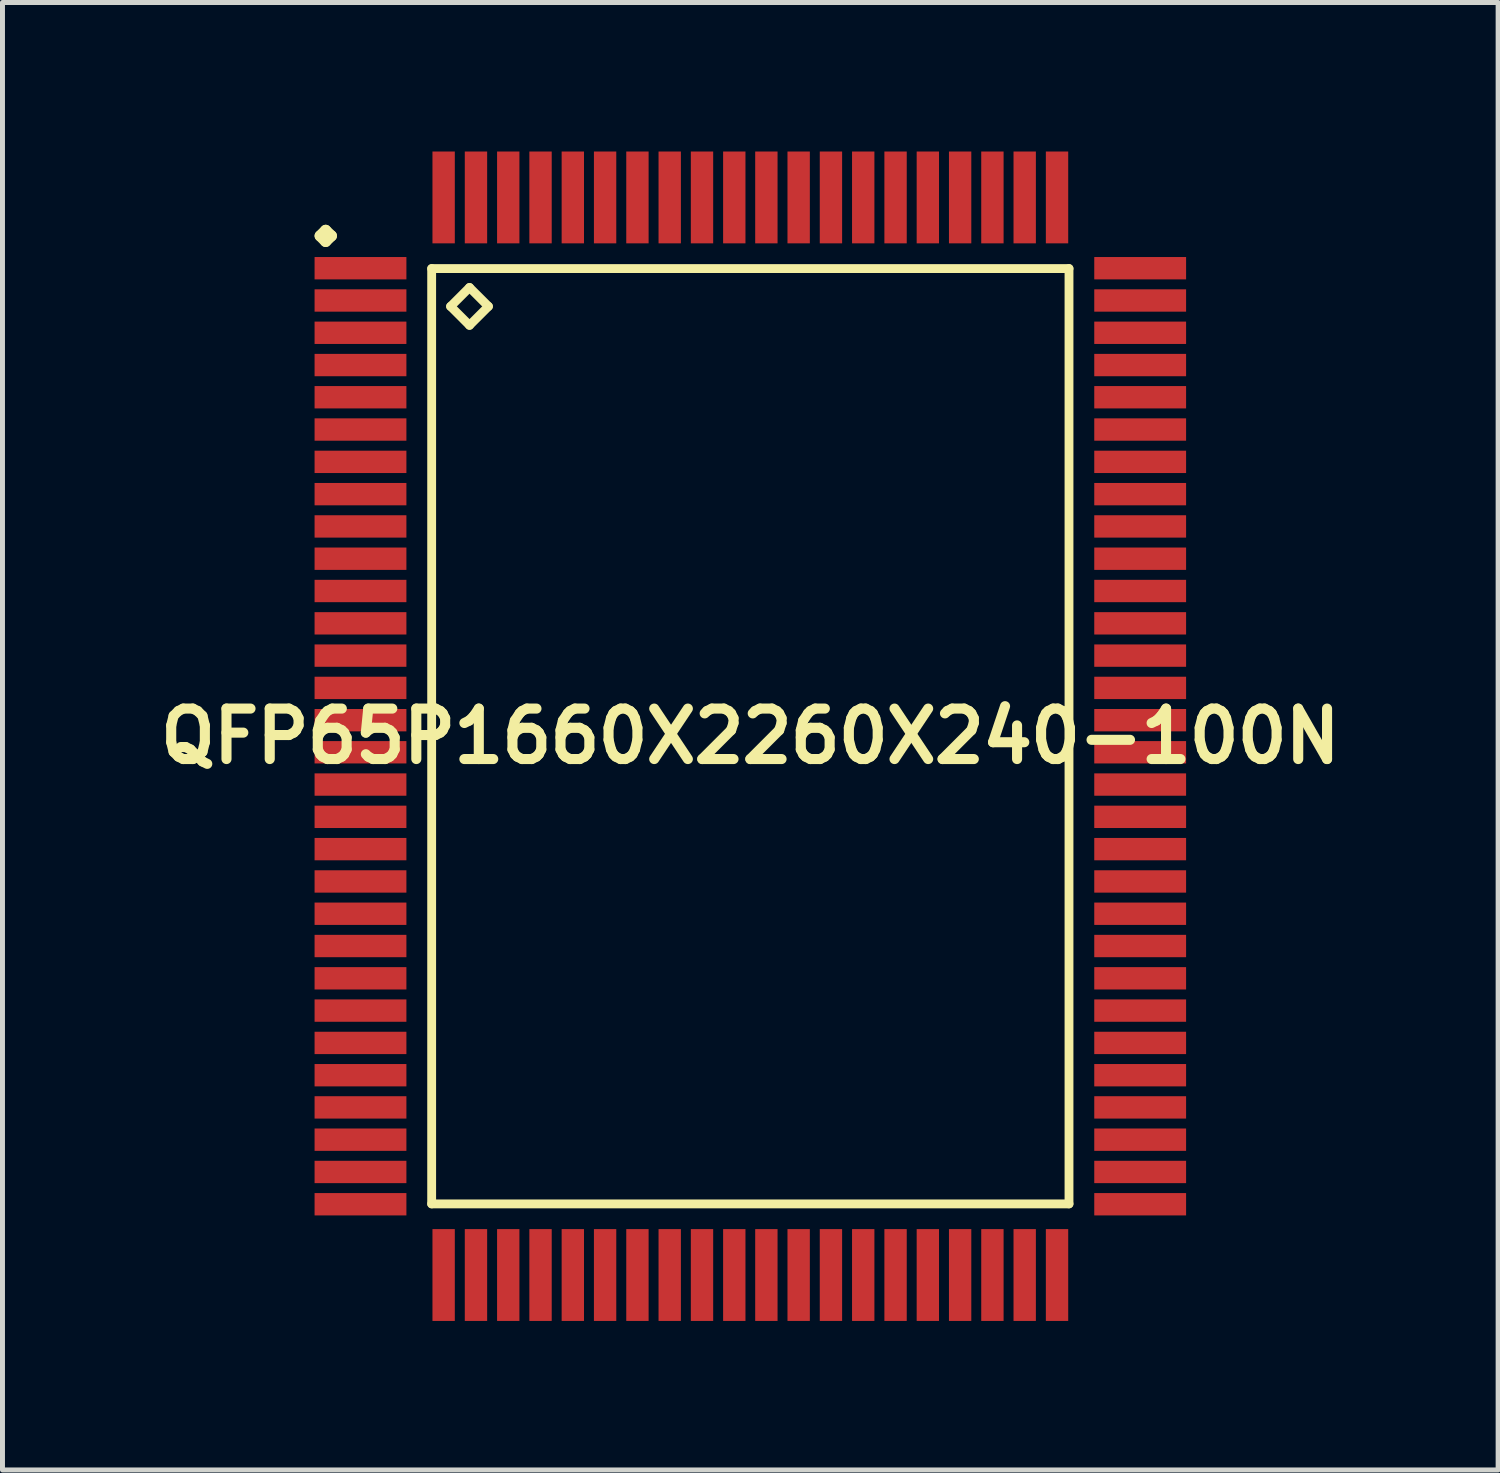
<source format=kicad_pcb>
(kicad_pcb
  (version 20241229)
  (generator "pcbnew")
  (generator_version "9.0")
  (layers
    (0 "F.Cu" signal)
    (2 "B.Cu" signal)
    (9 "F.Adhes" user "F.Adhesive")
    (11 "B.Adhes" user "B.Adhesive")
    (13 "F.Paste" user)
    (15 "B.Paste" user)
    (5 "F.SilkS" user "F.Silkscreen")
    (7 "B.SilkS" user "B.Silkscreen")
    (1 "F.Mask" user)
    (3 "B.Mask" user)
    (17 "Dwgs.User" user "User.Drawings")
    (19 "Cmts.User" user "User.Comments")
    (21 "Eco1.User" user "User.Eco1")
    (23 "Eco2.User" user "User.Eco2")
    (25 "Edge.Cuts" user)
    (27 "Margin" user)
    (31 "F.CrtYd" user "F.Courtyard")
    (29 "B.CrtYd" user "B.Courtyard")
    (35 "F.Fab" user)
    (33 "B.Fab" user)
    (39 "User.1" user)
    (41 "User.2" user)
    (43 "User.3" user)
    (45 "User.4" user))
  (footprint "QFP65P1660X2260X240-100N"
    (layer "F.Cu")
    (at 12.057 11.773)
    (property "Reference" "QFP65P1660X2260X240-100N" (at 0 0 0) (layer "F.SilkS") (effects (font (size 1.016 1.016) (thickness 0.203))))
    (attr smd)
    (fp_line (start -8.661 -10.074) (end -8.55 -10.185) (stroke (width 0.224) (type solid)) (layer "F.SilkS"))
    (fp_line (start -8.55 -10.185) (end -8.435 -10.074) (stroke (width 0.224) (type solid)) (layer "F.SilkS"))
    (fp_line (start -8.55 -9.962) (end -8.661 -10.074) (stroke (width 0.224) (type solid)) (layer "F.SilkS"))
    (fp_line (start -8.435 -10.074) (end -8.55 -9.962) (stroke (width 0.224) (type solid)) (layer "F.SilkS"))
    (fp_line (start -6.416 -9.416) (end -6.416 9.416) (stroke (width 0.178) (type solid)) (layer "F.SilkS"))
    (fp_line (start -6.416 9.416) (end 6.416 9.416) (stroke (width 0.178) (type solid)) (layer "F.SilkS"))
    (fp_line (start -6.035 -8.654) (end -5.654 -9.035) (stroke (width 0.178) (type solid)) (layer "F.SilkS"))
    (fp_line (start -5.654 -9.035) (end -5.273 -8.654) (stroke (width 0.178) (type solid)) (layer "F.SilkS"))
    (fp_line (start -5.654 -8.273) (end -6.035 -8.654) (stroke (width 0.178) (type solid)) (layer "F.SilkS"))
    (fp_line (start -5.273 -8.654) (end -5.654 -8.273) (stroke (width 0.178) (type solid)) (layer "F.SilkS"))
    (fp_line (start 6.416 -9.416) (end -6.416 -9.416) (stroke (width 0.178) (type solid)) (layer "F.SilkS"))
    (fp_line (start 6.416 9.416) (end 6.416 -9.416) (stroke (width 0.178) (type solid)) (layer "F.SilkS"))
    (pad "1" smd rect (at -7.849 -9.423) (size 1.849 0.45) (layers "F.Cu" "F.Mask" "F.Paste"))
    (pad "2" smd rect (at -7.849 -8.773) (size 1.849 0.45) (layers "F.Cu" "F.Mask" "F.Paste"))
    (pad "3" smd rect (at -7.849 -8.123) (size 1.849 0.45) (layers "F.Cu" "F.Mask" "F.Paste"))
    (pad "4" smd rect (at -7.849 -7.473) (size 1.849 0.45) (layers "F.Cu" "F.Mask" "F.Paste"))
    (pad "5" smd rect (at -7.849 -6.825) (size 1.849 0.45) (layers "F.Cu" "F.Mask" "F.Paste"))
    (pad "6" smd rect (at -7.849 -6.175) (size 1.849 0.45) (layers "F.Cu" "F.Mask" "F.Paste"))
    (pad "7" smd rect (at -7.849 -5.524) (size 1.849 0.45) (layers "F.Cu" "F.Mask" "F.Paste"))
    (pad "8" smd rect (at -7.849 -4.874) (size 1.849 0.45) (layers "F.Cu" "F.Mask" "F.Paste"))
    (pad "9" smd rect (at -7.849 -4.224) (size 1.849 0.45) (layers "F.Cu" "F.Mask" "F.Paste"))
    (pad "10" smd rect (at -7.849 -3.574) (size 1.849 0.45) (layers "F.Cu" "F.Mask" "F.Paste"))
    (pad "11" smd rect (at -7.849 -2.924) (size 1.849 0.45) (layers "F.Cu" "F.Mask" "F.Paste"))
    (pad "12" smd rect (at -7.849 -2.273) (size 1.849 0.45) (layers "F.Cu" "F.Mask" "F.Paste"))
    (pad "13" smd rect (at -7.849 -1.623) (size 1.849 0.45) (layers "F.Cu" "F.Mask" "F.Paste"))
    (pad "14" smd rect (at -7.849 -0.973) (size 1.849 0.45) (layers "F.Cu" "F.Mask" "F.Paste"))
    (pad "15" smd rect (at -7.849 -0.323) (size 1.849 0.45) (layers "F.Cu" "F.Mask" "F.Paste"))
    (pad "16" smd rect (at -7.849 0.323) (size 1.849 0.45) (layers "F.Cu" "F.Mask" "F.Paste"))
    (pad "17" smd rect (at -7.849 0.973) (size 1.849 0.45) (layers "F.Cu" "F.Mask" "F.Paste"))
    (pad "18" smd rect (at -7.849 1.623) (size 1.849 0.45) (layers "F.Cu" "F.Mask" "F.Paste"))
    (pad "19" smd rect (at -7.849 2.273) (size 1.849 0.45) (layers "F.Cu" "F.Mask" "F.Paste"))
    (pad "20" smd rect (at -7.849 2.924) (size 1.849 0.45) (layers "F.Cu" "F.Mask" "F.Paste"))
    (pad "21" smd rect (at -7.849 3.574) (size 1.849 0.45) (layers "F.Cu" "F.Mask" "F.Paste"))
    (pad "22" smd rect (at -7.849 4.224) (size 1.849 0.45) (layers "F.Cu" "F.Mask" "F.Paste"))
    (pad "23" smd rect (at -7.849 4.874) (size 1.849 0.45) (layers "F.Cu" "F.Mask" "F.Paste"))
    (pad "24" smd rect (at -7.849 5.524) (size 1.849 0.45) (layers "F.Cu" "F.Mask" "F.Paste"))
    (pad "25" smd rect (at -7.849 6.175) (size 1.849 0.45) (layers "F.Cu" "F.Mask" "F.Paste"))
    (pad "26" smd rect (at -7.849 6.825) (size 1.849 0.45) (layers "F.Cu" "F.Mask" "F.Paste"))
    (pad "27" smd rect (at -7.849 7.473) (size 1.849 0.45) (layers "F.Cu" "F.Mask" "F.Paste"))
    (pad "28" smd rect (at -7.849 8.123) (size 1.849 0.45) (layers "F.Cu" "F.Mask" "F.Paste"))
    (pad "29" smd rect (at -7.849 8.773) (size 1.849 0.45) (layers "F.Cu" "F.Mask" "F.Paste"))
    (pad "30" smd rect (at -7.849 9.423) (size 1.849 0.45) (layers "F.Cu" "F.Mask" "F.Paste"))
    (pad "31" smd rect (at -6.175 10.848) (size 0.45 1.849) (layers "F.Cu" "F.Mask" "F.Paste"))
    (pad "32" smd rect (at -5.524 10.848) (size 0.45 1.849) (layers "F.Cu" "F.Mask" "F.Paste"))
    (pad "33" smd rect (at -4.874 10.848) (size 0.45 1.849) (layers "F.Cu" "F.Mask" "F.Paste"))
    (pad "34" smd rect (at -4.224 10.848) (size 0.45 1.849) (layers "F.Cu" "F.Mask" "F.Paste"))
    (pad "35" smd rect (at -3.574 10.848) (size 0.45 1.849) (layers "F.Cu" "F.Mask" "F.Paste"))
    (pad "36" smd rect (at -2.924 10.848) (size 0.45 1.849) (layers "F.Cu" "F.Mask" "F.Paste"))
    (pad "37" smd rect (at -2.273 10.848) (size 0.45 1.849) (layers "F.Cu" "F.Mask" "F.Paste"))
    (pad "38" smd rect (at -1.623 10.848) (size 0.45 1.849) (layers "F.Cu" "F.Mask" "F.Paste"))
    (pad "39" smd rect (at -0.973 10.848) (size 0.45 1.849) (layers "F.Cu" "F.Mask" "F.Paste"))
    (pad "40" smd rect (at -0.323 10.848) (size 0.45 1.849) (layers "F.Cu" "F.Mask" "F.Paste"))
    (pad "41" smd rect (at 0.323 10.848) (size 0.45 1.849) (layers "F.Cu" "F.Mask" "F.Paste"))
    (pad "42" smd rect (at 0.973 10.848) (size 0.45 1.849) (layers "F.Cu" "F.Mask" "F.Paste"))
    (pad "43" smd rect (at 1.623 10.848) (size 0.45 1.849) (layers "F.Cu" "F.Mask" "F.Paste"))
    (pad "44" smd rect (at 2.273 10.848) (size 0.45 1.849) (layers "F.Cu" "F.Mask" "F.Paste"))
    (pad "45" smd rect (at 2.924 10.848) (size 0.45 1.849) (layers "F.Cu" "F.Mask" "F.Paste"))
    (pad "46" smd rect (at 3.574 10.848) (size 0.45 1.849) (layers "F.Cu" "F.Mask" "F.Paste"))
    (pad "47" smd rect (at 4.224 10.848) (size 0.45 1.849) (layers "F.Cu" "F.Mask" "F.Paste"))
    (pad "48" smd rect (at 4.874 10.848) (size 0.45 1.849) (layers "F.Cu" "F.Mask" "F.Paste"))
    (pad "49" smd rect (at 5.524 10.848) (size 0.45 1.849) (layers "F.Cu" "F.Mask" "F.Paste"))
    (pad "50" smd rect (at 6.175 10.848) (size 0.45 1.849) (layers "F.Cu" "F.Mask" "F.Paste"))
    (pad "51" smd rect (at 7.849 9.423) (size 1.849 0.45) (layers "F.Cu" "F.Mask" "F.Paste"))
    (pad "52" smd rect (at 7.849 8.773) (size 1.849 0.45) (layers "F.Cu" "F.Mask" "F.Paste"))
    (pad "53" smd rect (at 7.849 8.123) (size 1.849 0.45) (layers "F.Cu" "F.Mask" "F.Paste"))
    (pad "54" smd rect (at 7.849 7.473) (size 1.849 0.45) (layers "F.Cu" "F.Mask" "F.Paste"))
    (pad "55" smd rect (at 7.849 6.825) (size 1.849 0.45) (layers "F.Cu" "F.Mask" "F.Paste"))
    (pad "56" smd rect (at 7.849 6.175) (size 1.849 0.45) (layers "F.Cu" "F.Mask" "F.Paste"))
    (pad "57" smd rect (at 7.849 5.524) (size 1.849 0.45) (layers "F.Cu" "F.Mask" "F.Paste"))
    (pad "58" smd rect (at 7.849 4.874) (size 1.849 0.45) (layers "F.Cu" "F.Mask" "F.Paste"))
    (pad "59" smd rect (at 7.849 4.224) (size 1.849 0.45) (layers "F.Cu" "F.Mask" "F.Paste"))
    (pad "60" smd rect (at 7.849 3.574) (size 1.849 0.45) (layers "F.Cu" "F.Mask" "F.Paste"))
    (pad "61" smd rect (at 7.849 2.924) (size 1.849 0.45) (layers "F.Cu" "F.Mask" "F.Paste"))
    (pad "62" smd rect (at 7.849 2.273) (size 1.849 0.45) (layers "F.Cu" "F.Mask" "F.Paste"))
    (pad "63" smd rect (at 7.849 1.623) (size 1.849 0.45) (layers "F.Cu" "F.Mask" "F.Paste"))
    (pad "64" smd rect (at 7.849 0.973) (size 1.849 0.45) (layers "F.Cu" "F.Mask" "F.Paste"))
    (pad "65" smd rect (at 7.849 0.323) (size 1.849 0.45) (layers "F.Cu" "F.Mask" "F.Paste"))
    (pad "66" smd rect (at 7.849 -0.323) (size 1.849 0.45) (layers "F.Cu" "F.Mask" "F.Paste"))
    (pad "67" smd rect (at 7.849 -0.973) (size 1.849 0.45) (layers "F.Cu" "F.Mask" "F.Paste"))
    (pad "68" smd rect (at 7.849 -1.623) (size 1.849 0.45) (layers "F.Cu" "F.Mask" "F.Paste"))
    (pad "69" smd rect (at 7.849 -2.273) (size 1.849 0.45) (layers "F.Cu" "F.Mask" "F.Paste"))
    (pad "70" smd rect (at 7.849 -2.924) (size 1.849 0.45) (layers "F.Cu" "F.Mask" "F.Paste"))
    (pad "71" smd rect (at 7.849 -3.574) (size 1.849 0.45) (layers "F.Cu" "F.Mask" "F.Paste"))
    (pad "72" smd rect (at 7.849 -4.224) (size 1.849 0.45) (layers "F.Cu" "F.Mask" "F.Paste"))
    (pad "73" smd rect (at 7.849 -4.874) (size 1.849 0.45) (layers "F.Cu" "F.Mask" "F.Paste"))
    (pad "74" smd rect (at 7.849 -5.524) (size 1.849 0.45) (layers "F.Cu" "F.Mask" "F.Paste"))
    (pad "75" smd rect (at 7.849 -6.175) (size 1.849 0.45) (layers "F.Cu" "F.Mask" "F.Paste"))
    (pad "76" smd rect (at 7.849 -6.825) (size 1.849 0.45) (layers "F.Cu" "F.Mask" "F.Paste"))
    (pad "77" smd rect (at 7.849 -7.473) (size 1.849 0.45) (layers "F.Cu" "F.Mask" "F.Paste"))
    (pad "78" smd rect (at 7.849 -8.123) (size 1.849 0.45) (layers "F.Cu" "F.Mask" "F.Paste"))
    (pad "79" smd rect (at 7.849 -8.773) (size 1.849 0.45) (layers "F.Cu" "F.Mask" "F.Paste"))
    (pad "80" smd rect (at 7.849 -9.423) (size 1.849 0.45) (layers "F.Cu" "F.Mask" "F.Paste"))
    (pad "81" smd rect (at 6.175 -10.848) (size 0.45 1.849) (layers "F.Cu" "F.Mask" "F.Paste"))
    (pad "82" smd rect (at 5.524 -10.848) (size 0.45 1.849) (layers "F.Cu" "F.Mask" "F.Paste"))
    (pad "83" smd rect (at 4.874 -10.848) (size 0.45 1.849) (layers "F.Cu" "F.Mask" "F.Paste"))
    (pad "84" smd rect (at 4.224 -10.848) (size 0.45 1.849) (layers "F.Cu" "F.Mask" "F.Paste"))
    (pad "85" smd rect (at 3.574 -10.848) (size 0.45 1.849) (layers "F.Cu" "F.Mask" "F.Paste"))
    (pad "86" smd rect (at 2.924 -10.848) (size 0.45 1.849) (layers "F.Cu" "F.Mask" "F.Paste"))
    (pad "87" smd rect (at 2.273 -10.848) (size 0.45 1.849) (layers "F.Cu" "F.Mask" "F.Paste"))
    (pad "88" smd rect (at 1.623 -10.848) (size 0.45 1.849) (layers "F.Cu" "F.Mask" "F.Paste"))
    (pad "89" smd rect (at 0.973 -10.848) (size 0.45 1.849) (layers "F.Cu" "F.Mask" "F.Paste"))
    (pad "90" smd rect (at 0.323 -10.848) (size 0.45 1.849) (layers "F.Cu" "F.Mask" "F.Paste"))
    (pad "91" smd rect (at -0.323 -10.848) (size 0.45 1.849) (layers "F.Cu" "F.Mask" "F.Paste"))
    (pad "92" smd rect (at -0.973 -10.848) (size 0.45 1.849) (layers "F.Cu" "F.Mask" "F.Paste"))
    (pad "93" smd rect (at -1.623 -10.848) (size 0.45 1.849) (layers "F.Cu" "F.Mask" "F.Paste"))
    (pad "94" smd rect (at -2.273 -10.848) (size 0.45 1.849) (layers "F.Cu" "F.Mask" "F.Paste"))
    (pad "95" smd rect (at -2.924 -10.848) (size 0.45 1.849) (layers "F.Cu" "F.Mask" "F.Paste"))
    (pad "96" smd rect (at -3.574 -10.848) (size 0.45 1.849) (layers "F.Cu" "F.Mask" "F.Paste"))
    (pad "97" smd rect (at -4.224 -10.848) (size 0.45 1.849) (layers "F.Cu" "F.Mask" "F.Paste"))
    (pad "98" smd rect (at -4.874 -10.848) (size 0.45 1.849) (layers "F.Cu" "F.Mask" "F.Paste"))
    (pad "99" smd rect (at -5.524 -10.848) (size 0.45 1.849) (layers "F.Cu" "F.Mask" "F.Paste"))
    (pad "100" smd rect (at -6.175 -10.848) (size 0.45 1.849) (layers "F.Cu" "F.Mask" "F.Paste")))
  (gr_rect
    (start -3 -3)
    (end 27.113 26.546)
    (stroke (width 0.1) (type default))
    (fill no)
    (layer "Edge.Cuts")))
</source>
